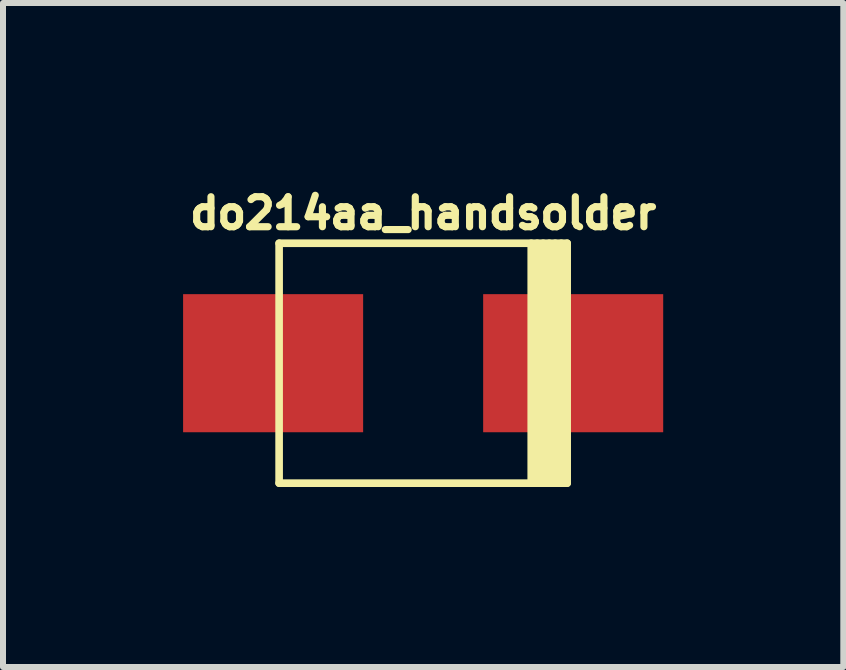
<source format=kicad_pcb>
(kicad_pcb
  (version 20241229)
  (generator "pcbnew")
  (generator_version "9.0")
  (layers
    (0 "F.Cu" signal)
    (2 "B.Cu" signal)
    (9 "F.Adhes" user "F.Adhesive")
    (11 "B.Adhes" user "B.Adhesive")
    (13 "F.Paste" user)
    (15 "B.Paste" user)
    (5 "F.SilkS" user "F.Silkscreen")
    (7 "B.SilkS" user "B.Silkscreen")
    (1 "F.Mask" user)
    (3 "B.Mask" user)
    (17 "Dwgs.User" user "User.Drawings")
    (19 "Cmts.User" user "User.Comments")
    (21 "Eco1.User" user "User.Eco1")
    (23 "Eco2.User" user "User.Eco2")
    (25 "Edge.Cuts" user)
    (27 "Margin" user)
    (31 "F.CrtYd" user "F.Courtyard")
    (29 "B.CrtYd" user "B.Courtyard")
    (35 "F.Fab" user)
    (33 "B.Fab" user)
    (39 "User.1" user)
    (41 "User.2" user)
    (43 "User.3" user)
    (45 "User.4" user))
  (footprint "do214aa_handsolder"
    (layer "F.Cu")
    (at 4.001 3.002)
    (property "Reference" "do214aa_handsolder" (at 0 -2.499 0) (layer "F.SilkS") (effects (font (size 0.5 0.5) (thickness 0.119))))
    (attr through_hole)
    (fp_line (start -2.4 -1.999) (end 2.4 -1.999) (stroke (width 0.127) (type solid)) (layer "F.SilkS"))
    (fp_line (start -2.4 1.999) (end -2.4 -1.999) (stroke (width 0.127) (type solid)) (layer "F.SilkS"))
    (fp_line (start 1.801 -1.999) (end 1.801 1.999) (stroke (width 0.127) (type solid)) (layer "F.SilkS"))
    (fp_line (start 1.9 -1.999) (end 1.9 1.999) (stroke (width 0.127) (type solid)) (layer "F.SilkS"))
    (fp_line (start 1.999 1.999) (end 1.999 -1.999) (stroke (width 0.127) (type solid)) (layer "F.SilkS"))
    (fp_line (start 2.101 -1.999) (end 2.101 1.999) (stroke (width 0.127) (type solid)) (layer "F.SilkS"))
    (fp_line (start 2.2 1.999) (end 2.2 -1.999) (stroke (width 0.127) (type solid)) (layer "F.SilkS"))
    (fp_line (start 2.301 -1.999) (end 2.301 1.999) (stroke (width 0.127) (type solid)) (layer "F.SilkS"))
    (fp_line (start 2.4 -1.999) (end 2.4 1.999) (stroke (width 0.127) (type solid)) (layer "F.SilkS"))
    (fp_line (start 2.4 1.999) (end -2.4 1.999) (stroke (width 0.127) (type solid)) (layer "F.SilkS"))
    (pad "1" smd rect (at -2.5 0) (size 3 2.301) (layers "F.Cu" "F.Mask" "F.Paste"))
    (pad "2" smd rect (at 2.5 0) (size 3 2.301) (layers "F.Cu" "F.Mask" "F.Paste")))
  (gr_rect
    (start -3 -3)
    (end 11.002 8.064)
    (stroke (width 0.1) (type default))
    (fill no)
    (layer "Edge.Cuts")))
</source>
